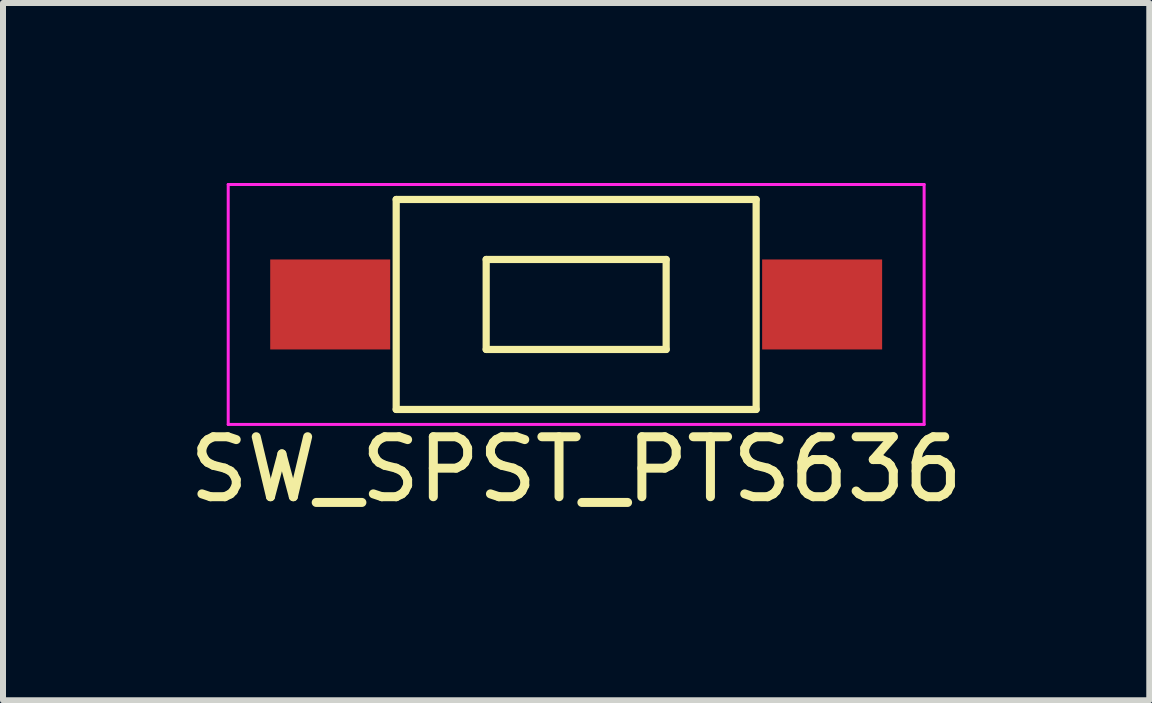
<source format=kicad_pcb>
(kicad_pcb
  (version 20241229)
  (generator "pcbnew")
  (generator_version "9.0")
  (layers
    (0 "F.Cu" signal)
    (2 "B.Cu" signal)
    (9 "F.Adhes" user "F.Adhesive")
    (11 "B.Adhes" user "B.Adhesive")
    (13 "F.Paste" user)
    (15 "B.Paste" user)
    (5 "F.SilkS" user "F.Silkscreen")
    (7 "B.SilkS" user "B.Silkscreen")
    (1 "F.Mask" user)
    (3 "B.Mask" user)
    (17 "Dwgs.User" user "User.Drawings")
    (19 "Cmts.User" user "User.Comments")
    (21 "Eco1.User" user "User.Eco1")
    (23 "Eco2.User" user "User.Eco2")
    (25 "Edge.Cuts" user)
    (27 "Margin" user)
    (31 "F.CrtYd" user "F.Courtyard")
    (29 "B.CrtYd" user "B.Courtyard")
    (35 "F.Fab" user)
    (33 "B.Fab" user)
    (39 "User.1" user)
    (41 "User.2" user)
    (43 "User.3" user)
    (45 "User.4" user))
  (footprint "SW_SPST_PTS636"
    (layer "F.Cu")
    (at 6.554 2.025)
    (property "Reference" "SW_SPST_PTS636" (at 0 2.75 0) (layer "F.SilkS") (effects (font (size 1 1) (thickness 0.15))))
    (attr smd)
    (fp_line (start -3 -1.75) (end 3 -1.75) (stroke (width 0.12) (type solid)) (layer "F.SilkS"))
    (fp_line (start -3 1.75) (end -3 -1.75) (stroke (width 0.12) (type solid)) (layer "F.SilkS"))
    (fp_line (start -3 1.75) (end 3 1.75) (stroke (width 0.12) (type solid)) (layer "F.SilkS"))
    (fp_line (start -1.5 -0.75) (end -1.5 0.75) (stroke (width 0.12) (type solid)) (layer "F.SilkS"))
    (fp_line (start -1.5 0.75) (end 1.5 0.75) (stroke (width 0.12) (type solid)) (layer "F.SilkS"))
    (fp_line (start 1.5 -0.75) (end -1.5 -0.75) (stroke (width 0.12) (type solid)) (layer "F.SilkS"))
    (fp_line (start 1.5 -0.75) (end 1.5 0.75) (stroke (width 0.12) (type solid)) (layer "F.SilkS"))
    (fp_line (start 3 -1.75) (end 3 1.75) (stroke (width 0.12) (type solid)) (layer "F.SilkS"))
    (fp_line (start -5.8 -2) (end 5.8 -2) (stroke (width 0.05) (type solid)) (layer "F.CrtYd"))
    (fp_line (start -5.8 2) (end -5.8 -2) (stroke (width 0.05) (type solid)) (layer "F.CrtYd"))
    (fp_line (start 5.8 -2) (end 5.8 2) (stroke (width 0.05) (type solid)) (layer "F.CrtYd"))
    (fp_line (start 5.8 2) (end -5.8 2) (stroke (width 0.05) (type solid)) (layer "F.CrtYd"))
    (pad "1" smd rect (at -4.1 0) (size 2 1.5) (layers "F.Cu" "F.Mask" "F.Paste"))
    (pad "2" smd rect (at 4.1 0) (size 2 1.5) (layers "F.Cu" "F.Mask" "F.Paste")))
  (gr_rect
    (start -3 -3)
    (end 16.107 8.623)
    (stroke (width 0.1) (type default))
    (fill no)
    (layer "Edge.Cuts")))
</source>
